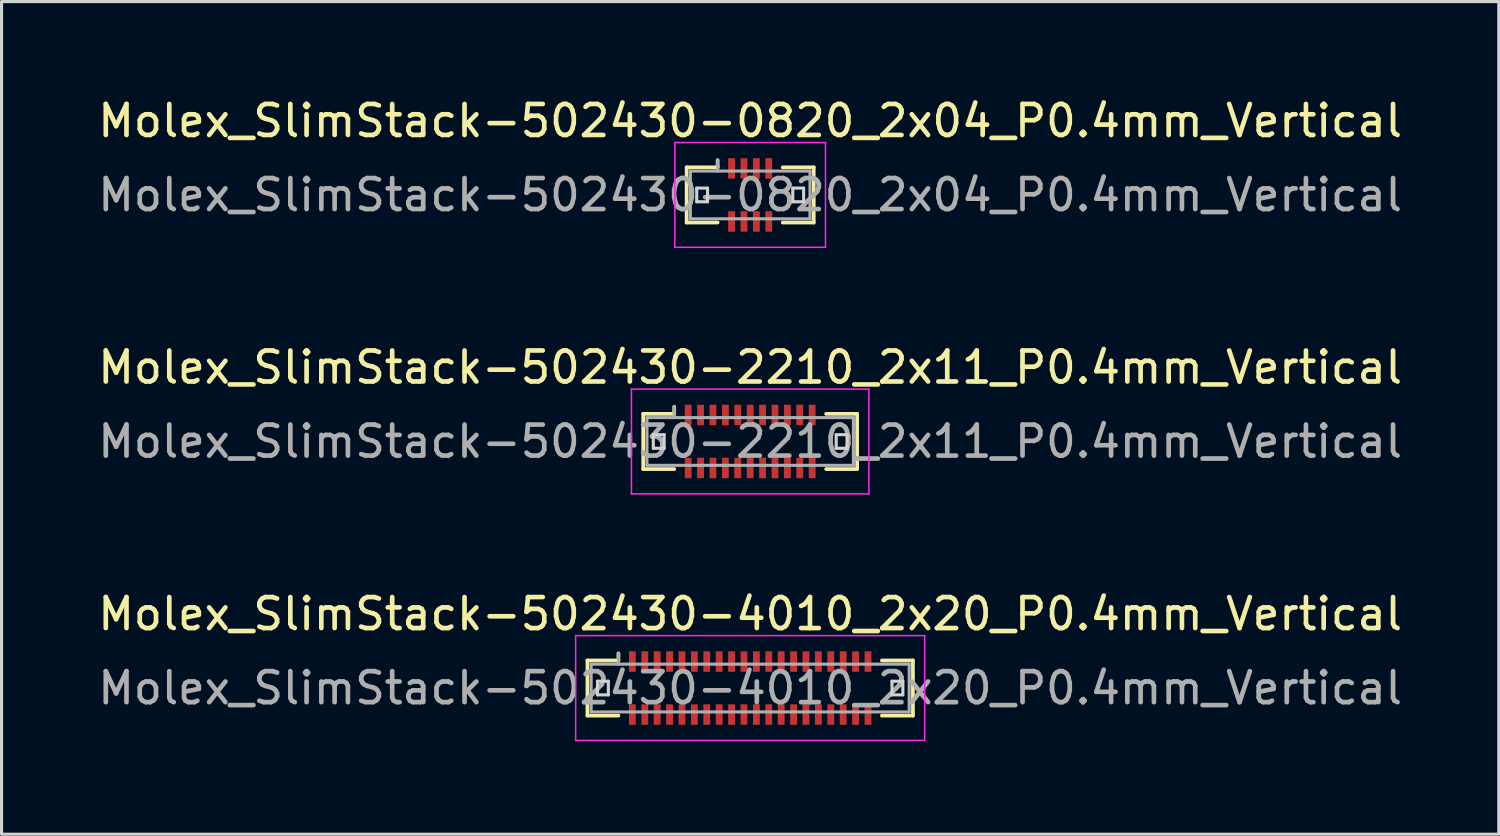
<source format=kicad_pcb>
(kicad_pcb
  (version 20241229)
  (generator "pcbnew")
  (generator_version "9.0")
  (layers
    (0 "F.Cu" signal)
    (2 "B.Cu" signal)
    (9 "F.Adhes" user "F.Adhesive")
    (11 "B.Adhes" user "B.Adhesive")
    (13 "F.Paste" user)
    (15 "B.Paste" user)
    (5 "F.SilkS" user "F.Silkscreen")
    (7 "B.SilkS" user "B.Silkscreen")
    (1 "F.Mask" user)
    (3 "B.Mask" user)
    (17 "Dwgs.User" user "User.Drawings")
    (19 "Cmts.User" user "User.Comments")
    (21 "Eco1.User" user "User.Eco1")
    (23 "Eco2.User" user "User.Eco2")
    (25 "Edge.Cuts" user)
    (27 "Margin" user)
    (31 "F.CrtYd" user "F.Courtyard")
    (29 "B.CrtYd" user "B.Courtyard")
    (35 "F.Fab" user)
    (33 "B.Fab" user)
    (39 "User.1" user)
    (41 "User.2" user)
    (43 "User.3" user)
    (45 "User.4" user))
  (footprint "Molex_SlimStack-502430-4010_2x20_P0.4mm_Vertical"
    (layer "F.Cu")
    (at 21.149 19.145)
    (property "Reference" "Molex_SlimStack-502430-4010_2x20_P0.4mm_Vertical" (at 0 -2.39 0) (layer "F.SilkS") (effects (font (size 1 1) (thickness 0.15))))
    (attr smd)
    (fp_line (start -5.25 -0.89) (end -4.25 -0.89) (stroke (width 0.12) (type solid)) (layer "F.SilkS"))
    (fp_line (start -5.25 0.89) (end -5.25 -0.89) (stroke (width 0.12) (type solid)) (layer "F.SilkS"))
    (fp_line (start -4.25 -0.89) (end -4.25 -1.12) (stroke (width 0.12) (type solid)) (layer "F.SilkS"))
    (fp_line (start -4.25 0.89) (end -5.25 0.89) (stroke (width 0.12) (type solid)) (layer "F.SilkS"))
    (fp_line (start 4.25 0.89) (end 5.25 0.89) (stroke (width 0.12) (type solid)) (layer "F.SilkS"))
    (fp_line (start 5.25 -0.89) (end 4.25 -0.89) (stroke (width 0.12) (type solid)) (layer "F.SilkS"))
    (fp_line (start 5.25 0.89) (end 5.25 -0.89) (stroke (width 0.12) (type solid)) (layer "F.SilkS"))
    (fp_line (start -4.925 -0.22) (end -4.925 0.22) (stroke (width 0.1) (type solid)) (layer "Edge.Cuts"))
    (fp_line (start -4.925 0.22) (end -4.575 0.22) (stroke (width 0.1) (type solid)) (layer "Edge.Cuts"))
    (fp_line (start -4.575 -0.22) (end -4.925 -0.22) (stroke (width 0.1) (type solid)) (layer "Edge.Cuts"))
    (fp_line (start -4.575 0.22) (end -4.575 -0.22) (stroke (width 0.1) (type solid)) (layer "Edge.Cuts"))
    (fp_line (start 4.575 -0.22) (end 4.575 0.22) (stroke (width 0.1) (type solid)) (layer "Edge.Cuts"))
    (fp_line (start 4.575 0.22) (end 4.925 0.22) (stroke (width 0.1) (type solid)) (layer "Edge.Cuts"))
    (fp_line (start 4.925 -0.22) (end 4.575 -0.22) (stroke (width 0.1) (type solid)) (layer "Edge.Cuts"))
    (fp_line (start 4.925 0.22) (end 4.925 -0.22) (stroke (width 0.1) (type solid)) (layer "Edge.Cuts"))
    (fp_line (start -5.63 -1.69) (end -5.63 1.69) (stroke (width 0.05) (type solid)) (layer "F.CrtYd"))
    (fp_line (start -5.63 1.69) (end 5.63 1.69) (stroke (width 0.05) (type solid)) (layer "F.CrtYd"))
    (fp_line (start 5.63 -1.69) (end -5.63 -1.69) (stroke (width 0.05) (type solid)) (layer "F.CrtYd"))
    (fp_line (start 5.63 1.69) (end 5.63 -1.69) (stroke (width 0.05) (type solid)) (layer "F.CrtYd"))
    (fp_line (start -5.13 -0.77) (end -5.13 0.77) (stroke (width 0.1) (type solid)) (layer "F.Fab"))
    (fp_line (start -5.13 0.77) (end 5.13 0.77) (stroke (width 0.1) (type solid)) (layer "F.Fab"))
    (fp_line (start -4.25 -0.77) (end -4.25 -1.12) (stroke (width 0.1) (type solid)) (layer "F.Fab"))
    (fp_line (start 5.13 -0.77) (end -5.13 -0.77) (stroke (width 0.1) (type solid)) (layer "F.Fab"))
    (fp_line (start 5.13 0.77) (end 5.13 -0.77) (stroke (width 0.1) (type solid)) (layer "F.Fab"))
    (fp_text user "${REFERENCE}" (at 0 0 0) (layer "F.Fab") (effects (font (size 1 1) (thickness 0.15))))
    (pad "1" smd rect (at -3.8 -0.855) (size 0.22 0.66) (layers "F.Cu" "F.Mask" "F.Paste"))
    (pad "2" smd rect (at -3.8 0.855) (size 0.22 0.66) (layers "F.Cu" "F.Mask" "F.Paste"))
    (pad "3" smd rect (at -3.4 -0.855) (size 0.22 0.66) (layers "F.Cu" "F.Mask" "F.Paste"))
    (pad "4" smd rect (at -3.4 0.855) (size 0.22 0.66) (layers "F.Cu" "F.Mask" "F.Paste"))
    (pad "5" smd rect (at -3 -0.855) (size 0.22 0.66) (layers "F.Cu" "F.Mask" "F.Paste"))
    (pad "6" smd rect (at -3 0.855) (size 0.22 0.66) (layers "F.Cu" "F.Mask" "F.Paste"))
    (pad "7" smd rect (at -2.6 -0.855) (size 0.22 0.66) (layers "F.Cu" "F.Mask" "F.Paste"))
    (pad "8" smd rect (at -2.6 0.855) (size 0.22 0.66) (layers "F.Cu" "F.Mask" "F.Paste"))
    (pad "9" smd rect (at -2.2 -0.855) (size 0.22 0.66) (layers "F.Cu" "F.Mask" "F.Paste"))
    (pad "10" smd rect (at -2.2 0.855) (size 0.22 0.66) (layers "F.Cu" "F.Mask" "F.Paste"))
    (pad "11" smd rect (at -1.8 -0.855) (size 0.22 0.66) (layers "F.Cu" "F.Mask" "F.Paste"))
    (pad "12" smd rect (at -1.8 0.855) (size 0.22 0.66) (layers "F.Cu" "F.Mask" "F.Paste"))
    (pad "13" smd rect (at -1.4 -0.855) (size 0.22 0.66) (layers "F.Cu" "F.Mask" "F.Paste"))
    (pad "14" smd rect (at -1.4 0.855) (size 0.22 0.66) (layers "F.Cu" "F.Mask" "F.Paste"))
    (pad "15" smd rect (at -1 -0.855) (size 0.22 0.66) (layers "F.Cu" "F.Mask" "F.Paste"))
    (pad "16" smd rect (at -1 0.855) (size 0.22 0.66) (layers "F.Cu" "F.Mask" "F.Paste"))
    (pad "17" smd rect (at -0.6 -0.855) (size 0.22 0.66) (layers "F.Cu" "F.Mask" "F.Paste"))
    (pad "18" smd rect (at -0.6 0.855) (size 0.22 0.66) (layers "F.Cu" "F.Mask" "F.Paste"))
    (pad "19" smd rect (at -0.2 -0.855) (size 0.22 0.66) (layers "F.Cu" "F.Mask" "F.Paste"))
    (pad "20" smd rect (at -0.2 0.855) (size 0.22 0.66) (layers "F.Cu" "F.Mask" "F.Paste"))
    (pad "21" smd rect (at 0.2 -0.855) (size 0.22 0.66) (layers "F.Cu" "F.Mask" "F.Paste"))
    (pad "22" smd rect (at 0.2 0.855) (size 0.22 0.66) (layers "F.Cu" "F.Mask" "F.Paste"))
    (pad "23" smd rect (at 0.6 -0.855) (size 0.22 0.66) (layers "F.Cu" "F.Mask" "F.Paste"))
    (pad "24" smd rect (at 0.6 0.855) (size 0.22 0.66) (layers "F.Cu" "F.Mask" "F.Paste"))
    (pad "25" smd rect (at 1 -0.855) (size 0.22 0.66) (layers "F.Cu" "F.Mask" "F.Paste"))
    (pad "26" smd rect (at 1 0.855) (size 0.22 0.66) (layers "F.Cu" "F.Mask" "F.Paste"))
    (pad "27" smd rect (at 1.4 -0.855) (size 0.22 0.66) (layers "F.Cu" "F.Mask" "F.Paste"))
    (pad "28" smd rect (at 1.4 0.855) (size 0.22 0.66) (layers "F.Cu" "F.Mask" "F.Paste"))
    (pad "29" smd rect (at 1.8 -0.855) (size 0.22 0.66) (layers "F.Cu" "F.Mask" "F.Paste"))
    (pad "30" smd rect (at 1.8 0.855) (size 0.22 0.66) (layers "F.Cu" "F.Mask" "F.Paste"))
    (pad "31" smd rect (at 2.2 -0.855) (size 0.22 0.66) (layers "F.Cu" "F.Mask" "F.Paste"))
    (pad "32" smd rect (at 2.2 0.855) (size 0.22 0.66) (layers "F.Cu" "F.Mask" "F.Paste"))
    (pad "33" smd rect (at 2.6 -0.855) (size 0.22 0.66) (layers "F.Cu" "F.Mask" "F.Paste"))
    (pad "34" smd rect (at 2.6 0.855) (size 0.22 0.66) (layers "F.Cu" "F.Mask" "F.Paste"))
    (pad "35" smd rect (at 3 -0.855) (size 0.22 0.66) (layers "F.Cu" "F.Mask" "F.Paste"))
    (pad "36" smd rect (at 3 0.855) (size 0.22 0.66) (layers "F.Cu" "F.Mask" "F.Paste"))
    (pad "37" smd rect (at 3.4 -0.855) (size 0.22 0.66) (layers "F.Cu" "F.Mask" "F.Paste"))
    (pad "38" smd rect (at 3.4 0.855) (size 0.22 0.66) (layers "F.Cu" "F.Mask" "F.Paste"))
    (pad "39" smd rect (at 3.8 -0.855) (size 0.22 0.66) (layers "F.Cu" "F.Mask" "F.Paste"))
    (pad "40" smd rect (at 3.8 0.855) (size 0.22 0.66) (layers "F.Cu" "F.Mask" "F.Paste")))
  (footprint "Molex_SlimStack-502430-0820_2x04_P0.4mm_Vertical"
    (layer "F.Cu")
    (at 21.149 3.238)
    (property "Reference" "Molex_SlimStack-502430-0820_2x04_P0.4mm_Vertical" (at 0 -2.39 0) (layer "F.SilkS") (effects (font (size 1 1) (thickness 0.15))))
    (attr smd)
    (fp_line (start -2.05 -0.89) (end -1.05 -0.89) (stroke (width 0.12) (type solid)) (layer "F.SilkS"))
    (fp_line (start -2.05 0.89) (end -2.05 -0.89) (stroke (width 0.12) (type solid)) (layer "F.SilkS"))
    (fp_line (start -1.05 -0.89) (end -1.05 -1.12) (stroke (width 0.12) (type solid)) (layer "F.SilkS"))
    (fp_line (start -1.05 0.89) (end -2.05 0.89) (stroke (width 0.12) (type solid)) (layer "F.SilkS"))
    (fp_line (start 1.05 0.89) (end 2.05 0.89) (stroke (width 0.12) (type solid)) (layer "F.SilkS"))
    (fp_line (start 2.05 -0.89) (end 1.05 -0.89) (stroke (width 0.12) (type solid)) (layer "F.SilkS"))
    (fp_line (start 2.05 0.89) (end 2.05 -0.89) (stroke (width 0.12) (type solid)) (layer "F.SilkS"))
    (fp_line (start -1.725 -0.22) (end -1.725 0.22) (stroke (width 0.1) (type solid)) (layer "Edge.Cuts"))
    (fp_line (start -1.725 0.22) (end -1.375 0.22) (stroke (width 0.1) (type solid)) (layer "Edge.Cuts"))
    (fp_line (start -1.375 -0.22) (end -1.725 -0.22) (stroke (width 0.1) (type solid)) (layer "Edge.Cuts"))
    (fp_line (start -1.375 0.22) (end -1.375 -0.22) (stroke (width 0.1) (type solid)) (layer "Edge.Cuts"))
    (fp_line (start 1.375 -0.22) (end 1.375 0.22) (stroke (width 0.1) (type solid)) (layer "Edge.Cuts"))
    (fp_line (start 1.375 0.22) (end 1.725 0.22) (stroke (width 0.1) (type solid)) (layer "Edge.Cuts"))
    (fp_line (start 1.725 -0.22) (end 1.375 -0.22) (stroke (width 0.1) (type solid)) (layer "Edge.Cuts"))
    (fp_line (start 1.725 0.22) (end 1.725 -0.22) (stroke (width 0.1) (type solid)) (layer "Edge.Cuts"))
    (fp_line (start -2.43 -1.69) (end -2.43 1.69) (stroke (width 0.05) (type solid)) (layer "F.CrtYd"))
    (fp_line (start -2.43 1.69) (end 2.43 1.69) (stroke (width 0.05) (type solid)) (layer "F.CrtYd"))
    (fp_line (start 2.43 -1.69) (end -2.43 -1.69) (stroke (width 0.05) (type solid)) (layer "F.CrtYd"))
    (fp_line (start 2.43 1.69) (end 2.43 -1.69) (stroke (width 0.05) (type solid)) (layer "F.CrtYd"))
    (fp_line (start -1.93 -0.77) (end -1.93 0.77) (stroke (width 0.1) (type solid)) (layer "F.Fab"))
    (fp_line (start -1.93 0.77) (end 1.93 0.77) (stroke (width 0.1) (type solid)) (layer "F.Fab"))
    (fp_line (start -1.05 -0.77) (end -1.05 -1.12) (stroke (width 0.1) (type solid)) (layer "F.Fab"))
    (fp_line (start 1.93 -0.77) (end -1.93 -0.77) (stroke (width 0.1) (type solid)) (layer "F.Fab"))
    (fp_line (start 1.93 0.77) (end 1.93 -0.77) (stroke (width 0.1) (type solid)) (layer "F.Fab"))
    (fp_text user "${REFERENCE}" (at 0 0 0) (layer "F.Fab") (effects (font (size 1 1) (thickness 0.15))))
    (pad "1" smd rect (at -0.6 -0.855) (size 0.22 0.66) (layers "F.Cu" "F.Mask" "F.Paste"))
    (pad "2" smd rect (at -0.6 0.855) (size 0.22 0.66) (layers "F.Cu" "F.Mask" "F.Paste"))
    (pad "3" smd rect (at -0.2 -0.855) (size 0.22 0.66) (layers "F.Cu" "F.Mask" "F.Paste"))
    (pad "4" smd rect (at -0.2 0.855) (size 0.22 0.66) (layers "F.Cu" "F.Mask" "F.Paste"))
    (pad "5" smd rect (at 0.2 -0.855) (size 0.22 0.66) (layers "F.Cu" "F.Mask" "F.Paste"))
    (pad "6" smd rect (at 0.2 0.855) (size 0.22 0.66) (layers "F.Cu" "F.Mask" "F.Paste"))
    (pad "7" smd rect (at 0.6 -0.855) (size 0.22 0.66) (layers "F.Cu" "F.Mask" "F.Paste"))
    (pad "8" smd rect (at 0.6 0.855) (size 0.22 0.66) (layers "F.Cu" "F.Mask" "F.Paste")))
  (footprint "Molex_SlimStack-502430-2210_2x11_P0.4mm_Vertical"
    (layer "F.Cu")
    (at 21.149 11.191)
    (property "Reference" "Molex_SlimStack-502430-2210_2x11_P0.4mm_Vertical" (at 0 -2.39 0) (layer "F.SilkS") (effects (font (size 1 1) (thickness 0.15))))
    (attr smd)
    (fp_line (start -3.45 -0.89) (end -2.45 -0.89) (stroke (width 0.12) (type solid)) (layer "F.SilkS"))
    (fp_line (start -3.45 0.89) (end -3.45 -0.89) (stroke (width 0.12) (type solid)) (layer "F.SilkS"))
    (fp_line (start -2.45 -0.89) (end -2.45 -1.12) (stroke (width 0.12) (type solid)) (layer "F.SilkS"))
    (fp_line (start -2.45 0.89) (end -3.45 0.89) (stroke (width 0.12) (type solid)) (layer "F.SilkS"))
    (fp_line (start 2.45 0.89) (end 3.45 0.89) (stroke (width 0.12) (type solid)) (layer "F.SilkS"))
    (fp_line (start 3.45 -0.89) (end 2.45 -0.89) (stroke (width 0.12) (type solid)) (layer "F.SilkS"))
    (fp_line (start 3.45 0.89) (end 3.45 -0.89) (stroke (width 0.12) (type solid)) (layer "F.SilkS"))
    (fp_line (start -3.125 -0.22) (end -3.125 0.22) (stroke (width 0.1) (type solid)) (layer "Edge.Cuts"))
    (fp_line (start -3.125 0.22) (end -2.775 0.22) (stroke (width 0.1) (type solid)) (layer "Edge.Cuts"))
    (fp_line (start -2.775 -0.22) (end -3.125 -0.22) (stroke (width 0.1) (type solid)) (layer "Edge.Cuts"))
    (fp_line (start -2.775 0.22) (end -2.775 -0.22) (stroke (width 0.1) (type solid)) (layer "Edge.Cuts"))
    (fp_line (start 2.775 -0.22) (end 2.775 0.22) (stroke (width 0.1) (type solid)) (layer "Edge.Cuts"))
    (fp_line (start 2.775 0.22) (end 3.125 0.22) (stroke (width 0.1) (type solid)) (layer "Edge.Cuts"))
    (fp_line (start 3.125 -0.22) (end 2.775 -0.22) (stroke (width 0.1) (type solid)) (layer "Edge.Cuts"))
    (fp_line (start 3.125 0.22) (end 3.125 -0.22) (stroke (width 0.1) (type solid)) (layer "Edge.Cuts"))
    (fp_line (start -3.83 -1.69) (end -3.83 1.69) (stroke (width 0.05) (type solid)) (layer "F.CrtYd"))
    (fp_line (start -3.83 1.69) (end 3.83 1.69) (stroke (width 0.05) (type solid)) (layer "F.CrtYd"))
    (fp_line (start 3.83 -1.69) (end -3.83 -1.69) (stroke (width 0.05) (type solid)) (layer "F.CrtYd"))
    (fp_line (start 3.83 1.69) (end 3.83 -1.69) (stroke (width 0.05) (type solid)) (layer "F.CrtYd"))
    (fp_line (start -3.33 -0.77) (end -3.33 0.77) (stroke (width 0.1) (type solid)) (layer "F.Fab"))
    (fp_line (start -3.33 0.77) (end 3.33 0.77) (stroke (width 0.1) (type solid)) (layer "F.Fab"))
    (fp_line (start -2.45 -0.77) (end -2.45 -1.12) (stroke (width 0.1) (type solid)) (layer "F.Fab"))
    (fp_line (start 3.33 -0.77) (end -3.33 -0.77) (stroke (width 0.1) (type solid)) (layer "F.Fab"))
    (fp_line (start 3.33 0.77) (end 3.33 -0.77) (stroke (width 0.1) (type solid)) (layer "F.Fab"))
    (fp_text user "${REFERENCE}" (at 0 0 0) (layer "F.Fab") (effects (font (size 1 1) (thickness 0.15))))
    (pad "1" smd rect (at -2 -0.855) (size 0.22 0.66) (layers "F.Cu" "F.Mask" "F.Paste"))
    (pad "2" smd rect (at -2 0.855) (size 0.22 0.66) (layers "F.Cu" "F.Mask" "F.Paste"))
    (pad "3" smd rect (at -1.6 -0.855) (size 0.22 0.66) (layers "F.Cu" "F.Mask" "F.Paste"))
    (pad "4" smd rect (at -1.6 0.855) (size 0.22 0.66) (layers "F.Cu" "F.Mask" "F.Paste"))
    (pad "5" smd rect (at -1.2 -0.855) (size 0.22 0.66) (layers "F.Cu" "F.Mask" "F.Paste"))
    (pad "6" smd rect (at -1.2 0.855) (size 0.22 0.66) (layers "F.Cu" "F.Mask" "F.Paste"))
    (pad "7" smd rect (at -0.8 -0.855) (size 0.22 0.66) (layers "F.Cu" "F.Mask" "F.Paste"))
    (pad "8" smd rect (at -0.8 0.855) (size 0.22 0.66) (layers "F.Cu" "F.Mask" "F.Paste"))
    (pad "9" smd rect (at -0.4 -0.855) (size 0.22 0.66) (layers "F.Cu" "F.Mask" "F.Paste"))
    (pad "10" smd rect (at -0.4 0.855) (size 0.22 0.66) (layers "F.Cu" "F.Mask" "F.Paste"))
    (pad "11" smd rect (at 0 -0.855) (size 0.22 0.66) (layers "F.Cu" "F.Mask" "F.Paste"))
    (pad "12" smd rect (at 0 0.855) (size 0.22 0.66) (layers "F.Cu" "F.Mask" "F.Paste"))
    (pad "13" smd rect (at 0.4 -0.855) (size 0.22 0.66) (layers "F.Cu" "F.Mask" "F.Paste"))
    (pad "14" smd rect (at 0.4 0.855) (size 0.22 0.66) (layers "F.Cu" "F.Mask" "F.Paste"))
    (pad "15" smd rect (at 0.8 -0.855) (size 0.22 0.66) (layers "F.Cu" "F.Mask" "F.Paste"))
    (pad "16" smd rect (at 0.8 0.855) (size 0.22 0.66) (layers "F.Cu" "F.Mask" "F.Paste"))
    (pad "17" smd rect (at 1.2 -0.855) (size 0.22 0.66) (layers "F.Cu" "F.Mask" "F.Paste"))
    (pad "18" smd rect (at 1.2 0.855) (size 0.22 0.66) (layers "F.Cu" "F.Mask" "F.Paste"))
    (pad "19" smd rect (at 1.6 -0.855) (size 0.22 0.66) (layers "F.Cu" "F.Mask" "F.Paste"))
    (pad "20" smd rect (at 1.6 0.855) (size 0.22 0.66) (layers "F.Cu" "F.Mask" "F.Paste"))
    (pad "21" smd rect (at 2 -0.855) (size 0.22 0.66) (layers "F.Cu" "F.Mask" "F.Paste"))
    (pad "22" smd rect (at 2 0.855) (size 0.22 0.66) (layers "F.Cu" "F.Mask" "F.Paste")))
  (gr_rect
    (start -3 -3)
    (end 45.298 23.86)
    (stroke (width 0.1) (type default))
    (fill no)
    (layer "Edge.Cuts")))
</source>
